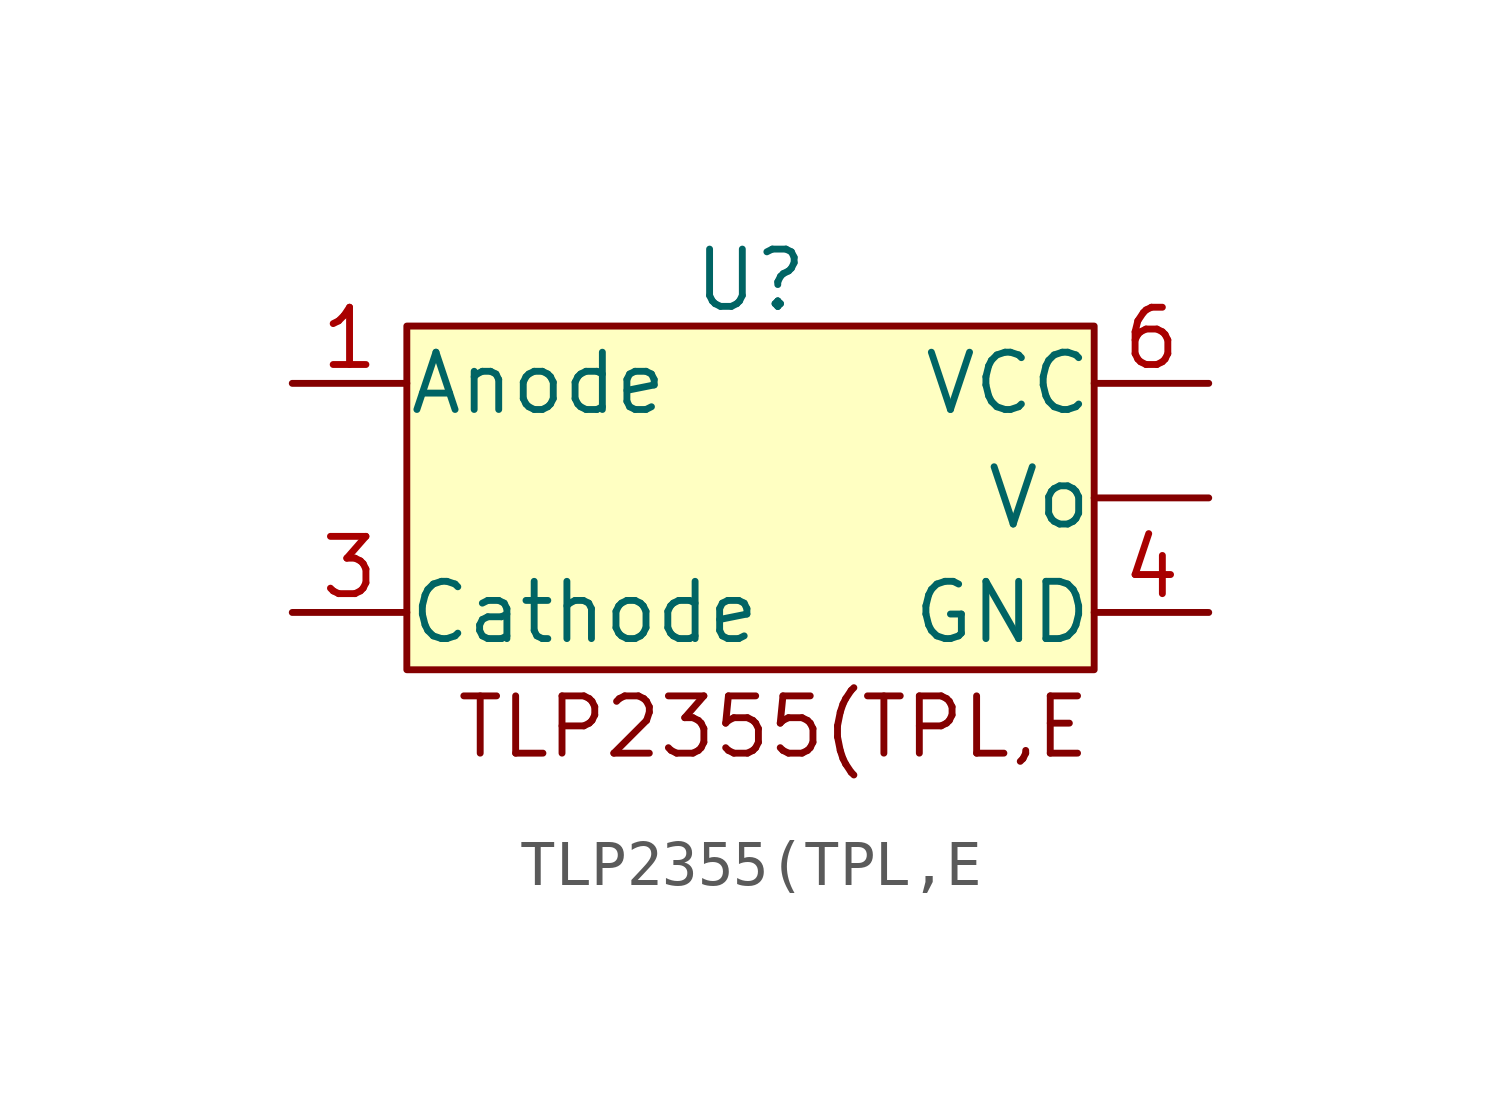
<source format=kicad_sym>
(kicad_symbol_lib
  (version 20231120)
  (generator "kicad_symbol_editor")
  (generator_version "8.0")
  (symbol "TLP2355(TPL,E"
    (pin_names
      (offset 0.002))
    (property "Reference" "U"
      (at 0 4.826 0)
      (do_not_autoplace)
      (effects (font (size 1.27 1.27))))
    (property "Value" ""
      (at 0 2.54 0)
      (effects (font (size 1.27 1.27))))
    (symbol "TLP2355(TPL,E_1_1"
      (rectangle (start -7.62 3.81) (end 7.62 -3.81) (stroke (width 0) (type default)) (fill (type background)))
      (text "TLP2355(TPL,E" (at 0.508 -5.08 0) (effects (font (size 1.27 1.27))))
      (pin output line (at 10.16 0 180) (length 2.54) (name "Vo" (effects (font (size 1.27 1.27)))) (number "" (effects (font (size 1.27 1.27)))))
      (pin input line (at -10.16 2.54 0) (length 2.54) (name "Anode" (effects (font (size 1.27 1.27)))) (number "1" (effects (font (size 1.27 1.27)))))
      (pin input line (at -10.16 -2.54 0) (length 2.54) (name "Cathode" (effects (font (size 1.27 1.27)))) (number "3" (effects (font (size 1.27 1.27)))))
      (pin input line (at 10.16 -2.54 180) (length 2.54) (name "GND" (effects (font (size 1.27 1.27)))) (number "4" (effects (font (size 1.27 1.27)))))
      (pin input line (at 10.16 2.54 180) (length 2.54) (name "VCC" (effects (font (size 1.27 1.27)))) (number "6" (effects (font (size 1.27 1.27))))))))
</source>
